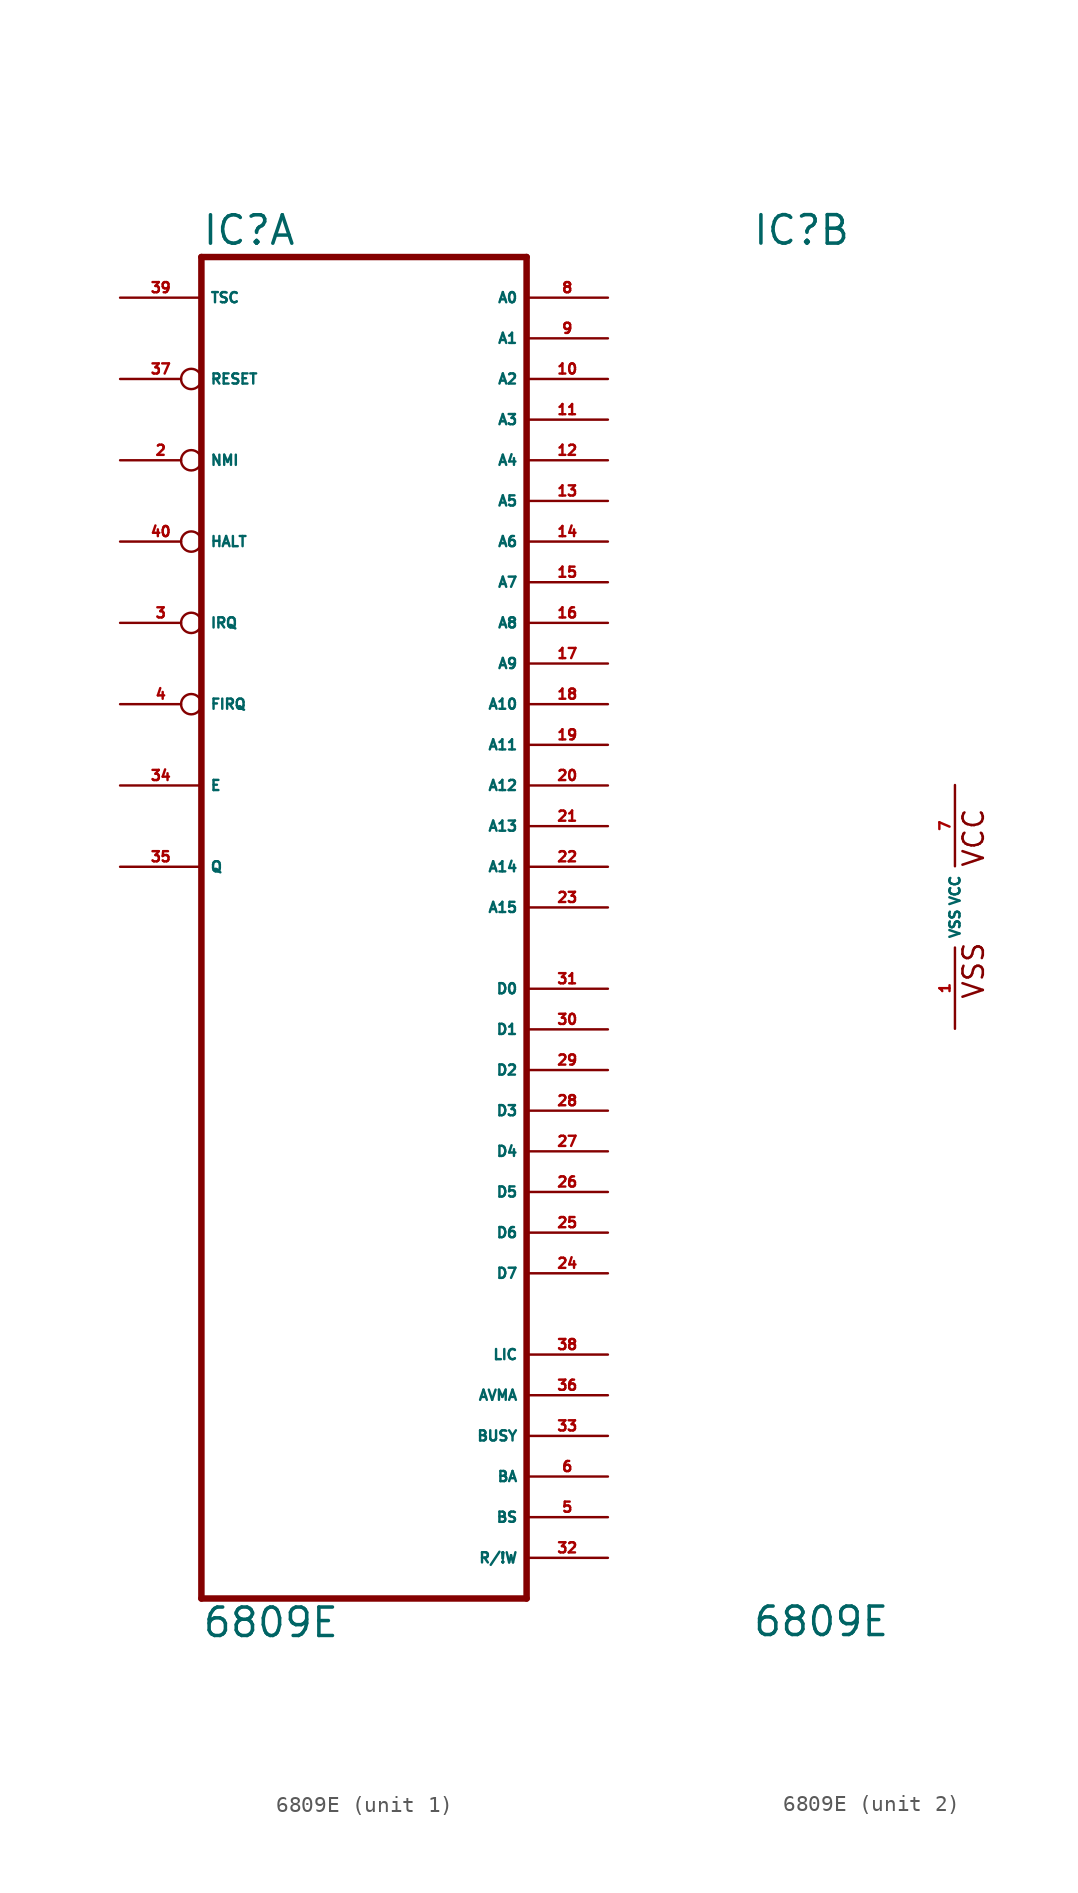
<source format=kicad_sym>
(kicad_symbol_lib
  (version 20220914)
  (generator Eagle2Kicad)
  (symbol "6809E"
    (property "Reference" "IC"
      (at -12.7 41.275 0)
      (effects (font (size 1.778 1.778) (thickness 0.22)) (justify left bottom)))
    (property "Value" "6809E"
      (at -12.7 -45.72 0)
      (effects (font (size 1.778 1.778) (thickness 0.22)) (justify left bottom)))
    (symbol "6809E_1_0"
      (polyline (pts (xy -12.7 -43.18) (xy 7.62 -43.18)) (stroke (width 0.406) (type default)) (fill (type none)))
      (polyline (pts (xy 7.62 -43.18) (xy 7.62 40.64)) (stroke (width 0.406) (type default)) (fill (type none)))
      (polyline (pts (xy 7.62 40.64) (xy -12.7 40.64)) (stroke (width 0.406) (type default)) (fill (type none)))
      (polyline (pts (xy -12.7 40.64) (xy -12.7 -43.18)) (stroke (width 0.406) (type default)) (fill (type none)))
      (pin input inverted (at -17.78 27.94 0) (length 5.08) (name "NMI" (effects (font (size 0.635 0.635) (thickness 0.08)) (justify left bottom))) (number "2" (effects (font (size 0.635 0.635) (thickness 0.08)) (justify left bottom))))
      (pin input inverted (at -17.78 17.78 0) (length 5.08) (name "IRQ" (effects (font (size 0.635 0.635) (thickness 0.08)) (justify left bottom))) (number "3" (effects (font (size 0.635 0.635) (thickness 0.08)) (justify left bottom))))
      (pin input inverted (at -17.78 12.7 0) (length 5.08) (name "FIRQ" (effects (font (size 0.635 0.635) (thickness 0.08)) (justify left bottom))) (number "4" (effects (font (size 0.635 0.635) (thickness 0.08)) (justify left bottom))))
      (pin output line (at 12.7 -38.1 180) (length 5.08) (name "BS" (effects (font (size 0.635 0.635) (thickness 0.08)) (justify left bottom))) (number "5" (effects (font (size 0.635 0.635) (thickness 0.08)) (justify left bottom))))
      (pin output line (at 12.7 -35.56 180) (length 5.08) (name "BA" (effects (font (size 0.635 0.635) (thickness 0.08)) (justify left bottom))) (number "6" (effects (font (size 0.635 0.635) (thickness 0.08)) (justify left bottom))))
      (pin tri_state line (at 12.7 38.1 180) (length 5.08) (name "A0" (effects (font (size 0.635 0.635) (thickness 0.08)) (justify left bottom))) (number "8" (effects (font (size 0.635 0.635) (thickness 0.08)) (justify left bottom))))
      (pin tri_state line (at 12.7 35.56 180) (length 5.08) (name "A1" (effects (font (size 0.635 0.635) (thickness 0.08)) (justify left bottom))) (number "9" (effects (font (size 0.635 0.635) (thickness 0.08)) (justify left bottom))))
      (pin tri_state line (at 12.7 33.02 180) (length 5.08) (name "A2" (effects (font (size 0.635 0.635) (thickness 0.08)) (justify left bottom))) (number "10" (effects (font (size 0.635 0.635) (thickness 0.08)) (justify left bottom))))
      (pin tri_state line (at 12.7 30.48 180) (length 5.08) (name "A3" (effects (font (size 0.635 0.635) (thickness 0.08)) (justify left bottom))) (number "11" (effects (font (size 0.635 0.635) (thickness 0.08)) (justify left bottom))))
      (pin tri_state line (at 12.7 27.94 180) (length 5.08) (name "A4" (effects (font (size 0.635 0.635) (thickness 0.08)) (justify left bottom))) (number "12" (effects (font (size 0.635 0.635) (thickness 0.08)) (justify left bottom))))
      (pin tri_state line (at 12.7 25.4 180) (length 5.08) (name "A5" (effects (font (size 0.635 0.635) (thickness 0.08)) (justify left bottom))) (number "13" (effects (font (size 0.635 0.635) (thickness 0.08)) (justify left bottom))))
      (pin tri_state line (at 12.7 22.86 180) (length 5.08) (name "A6" (effects (font (size 0.635 0.635) (thickness 0.08)) (justify left bottom))) (number "14" (effects (font (size 0.635 0.635) (thickness 0.08)) (justify left bottom))))
      (pin tri_state line (at 12.7 20.32 180) (length 5.08) (name "A7" (effects (font (size 0.635 0.635) (thickness 0.08)) (justify left bottom))) (number "15" (effects (font (size 0.635 0.635) (thickness 0.08)) (justify left bottom))))
      (pin tri_state line (at 12.7 17.78 180) (length 5.08) (name "A8" (effects (font (size 0.635 0.635) (thickness 0.08)) (justify left bottom))) (number "16" (effects (font (size 0.635 0.635) (thickness 0.08)) (justify left bottom))))
      (pin tri_state line (at 12.7 15.24 180) (length 5.08) (name "A9" (effects (font (size 0.635 0.635) (thickness 0.08)) (justify left bottom))) (number "17" (effects (font (size 0.635 0.635) (thickness 0.08)) (justify left bottom))))
      (pin tri_state line (at 12.7 12.7 180) (length 5.08) (name "A10" (effects (font (size 0.635 0.635) (thickness 0.08)) (justify left bottom))) (number "18" (effects (font (size 0.635 0.635) (thickness 0.08)) (justify left bottom))))
      (pin tri_state line (at 12.7 10.16 180) (length 5.08) (name "A11" (effects (font (size 0.635 0.635) (thickness 0.08)) (justify left bottom))) (number "19" (effects (font (size 0.635 0.635) (thickness 0.08)) (justify left bottom))))
      (pin tri_state line (at 12.7 7.62 180) (length 5.08) (name "A12" (effects (font (size 0.635 0.635) (thickness 0.08)) (justify left bottom))) (number "20" (effects (font (size 0.635 0.635) (thickness 0.08)) (justify left bottom))))
      (pin tri_state line (at 12.7 5.08 180) (length 5.08) (name "A13" (effects (font (size 0.635 0.635) (thickness 0.08)) (justify left bottom))) (number "21" (effects (font (size 0.635 0.635) (thickness 0.08)) (justify left bottom))))
      (pin tri_state line (at 12.7 2.54 180) (length 5.08) (name "A14" (effects (font (size 0.635 0.635) (thickness 0.08)) (justify left bottom))) (number "22" (effects (font (size 0.635 0.635) (thickness 0.08)) (justify left bottom))))
      (pin tri_state line (at 12.7 0 180) (length 5.08) (name "A15" (effects (font (size 0.635 0.635) (thickness 0.08)) (justify left bottom))) (number "23" (effects (font (size 0.635 0.635) (thickness 0.08)) (justify left bottom))))
      (pin bidirectional line (at 12.7 -22.86 180) (length 5.08) (name "D7" (effects (font (size 0.635 0.635) (thickness 0.08)) (justify left bottom))) (number "24" (effects (font (size 0.635 0.635) (thickness 0.08)) (justify left bottom))))
      (pin bidirectional line (at 12.7 -20.32 180) (length 5.08) (name "D6" (effects (font (size 0.635 0.635) (thickness 0.08)) (justify left bottom))) (number "25" (effects (font (size 0.635 0.635) (thickness 0.08)) (justify left bottom))))
      (pin bidirectional line (at 12.7 -17.78 180) (length 5.08) (name "D5" (effects (font (size 0.635 0.635) (thickness 0.08)) (justify left bottom))) (number "26" (effects (font (size 0.635 0.635) (thickness 0.08)) (justify left bottom))))
      (pin bidirectional line (at 12.7 -15.24 180) (length 5.08) (name "D4" (effects (font (size 0.635 0.635) (thickness 0.08)) (justify left bottom))) (number "27" (effects (font (size 0.635 0.635) (thickness 0.08)) (justify left bottom))))
      (pin bidirectional line (at 12.7 -12.7 180) (length 5.08) (name "D3" (effects (font (size 0.635 0.635) (thickness 0.08)) (justify left bottom))) (number "28" (effects (font (size 0.635 0.635) (thickness 0.08)) (justify left bottom))))
      (pin bidirectional line (at 12.7 -10.16 180) (length 5.08) (name "D2" (effects (font (size 0.635 0.635) (thickness 0.08)) (justify left bottom))) (number "29" (effects (font (size 0.635 0.635) (thickness 0.08)) (justify left bottom))))
      (pin bidirectional line (at 12.7 -7.62 180) (length 5.08) (name "D1" (effects (font (size 0.635 0.635) (thickness 0.08)) (justify left bottom))) (number "30" (effects (font (size 0.635 0.635) (thickness 0.08)) (justify left bottom))))
      (pin bidirectional line (at 12.7 -5.08 180) (length 5.08) (name "D0" (effects (font (size 0.635 0.635) (thickness 0.08)) (justify left bottom))) (number "31" (effects (font (size 0.635 0.635) (thickness 0.08)) (justify left bottom))))
      (pin output line (at 12.7 -40.64 180) (length 5.08) (name "R/!W" (effects (font (size 0.635 0.635) (thickness 0.08)) (justify left bottom))) (number "32" (effects (font (size 0.635 0.635) (thickness 0.08)) (justify left bottom))))
      (pin output line (at 12.7 -33.02 180) (length 5.08) (name "BUSY" (effects (font (size 0.635 0.635) (thickness 0.08)) (justify left bottom))) (number "33" (effects (font (size 0.635 0.635) (thickness 0.08)) (justify left bottom))))
      (pin input line (at -17.78 7.62 0) (length 5.08) (name "E" (effects (font (size 0.635 0.635) (thickness 0.08)) (justify left bottom))) (number "34" (effects (font (size 0.635 0.635) (thickness 0.08)) (justify left bottom))))
      (pin input line (at -17.78 2.54 0) (length 5.08) (name "Q" (effects (font (size 0.635 0.635) (thickness 0.08)) (justify left bottom))) (number "35" (effects (font (size 0.635 0.635) (thickness 0.08)) (justify left bottom))))
      (pin output line (at 12.7 -30.48 180) (length 5.08) (name "AVMA" (effects (font (size 0.635 0.635) (thickness 0.08)) (justify left bottom))) (number "36" (effects (font (size 0.635 0.635) (thickness 0.08)) (justify left bottom))))
      (pin input inverted (at -17.78 33.02 0) (length 5.08) (name "RESET" (effects (font (size 0.635 0.635) (thickness 0.08)) (justify left bottom))) (number "37" (effects (font (size 0.635 0.635) (thickness 0.08)) (justify left bottom))))
      (pin output line (at 12.7 -27.94 180) (length 5.08) (name "LIC" (effects (font (size 0.635 0.635) (thickness 0.08)) (justify left bottom))) (number "38" (effects (font (size 0.635 0.635) (thickness 0.08)) (justify left bottom))))
      (pin input line (at -17.78 38.1 0) (length 5.08) (name "TSC" (effects (font (size 0.635 0.635) (thickness 0.08)) (justify left bottom))) (number "39" (effects (font (size 0.635 0.635) (thickness 0.08)) (justify left bottom))))
      (pin input inverted (at -17.78 22.86 0) (length 5.08) (name "HALT" (effects (font (size 0.635 0.635) (thickness 0.08)) (justify left bottom))) (number "40" (effects (font (size 0.635 0.635) (thickness 0.08)) (justify left bottom)))))
    (symbol "6809E_2_0"
      (text "VSS" (at 1.905 -5.842 900) (effects (font (size 1.27 1.27) (thickness 0.16)) (justify left bottom)))
      (text "VCC" (at 1.905 2.413 900) (effects (font (size 1.27 1.27) (thickness 0.16)) (justify left bottom)))
      (pin unspecified line (at 0 -7.62 90) (length 5.08) (name "VSS" (effects (font (size 0.635 0.635) (thickness 0.08)) (justify left bottom))) (number "1" (effects (font (size 0.635 0.635) (thickness 0.08)) (justify left bottom))))
      (pin unspecified line (at 0 7.62 270) (length 5.08) (name "VCC" (effects (font (size 0.635 0.635) (thickness 0.08)) (justify left bottom))) (number "7" (effects (font (size 0.635 0.635) (thickness 0.08)) (justify left bottom)))))))
</source>
